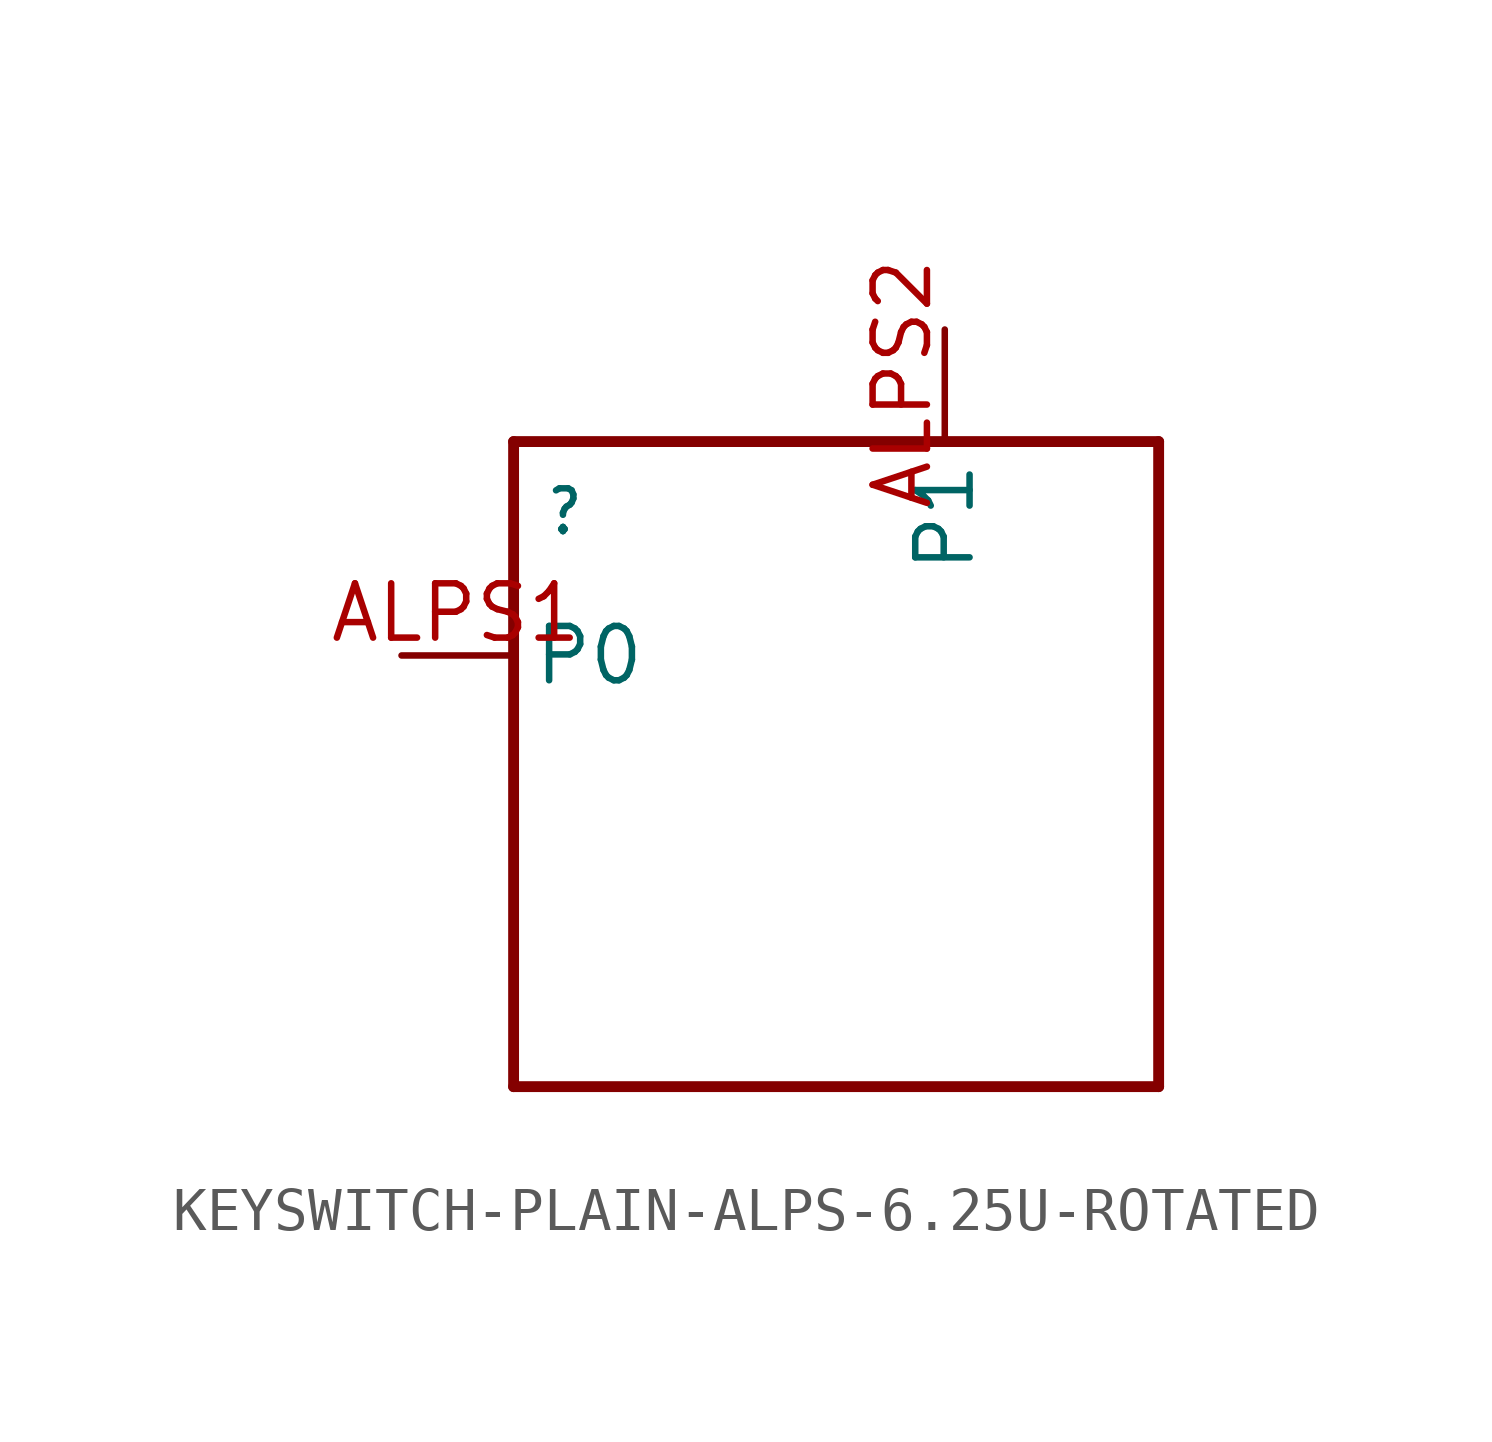
<source format=kicad_sym>
(kicad_symbol_lib
  (version 20211014)
  (generator kicad_symbol_editor)
  (symbol "KEYSWITCH-PLAIN-ALPS-6.25U-ROTATED"
    (property "Reference" ""
      (at -6.81 5.318 0)
      (effects (font (size 1 0.85)) (justify left bottom)))
    (property "ki_locked" ""
      (at 0 0 0)
      (effects (font (size 1.27 1.27))))
    (symbol "KEYSWITCH-PLAIN-ALPS-6.25U-ROTATED_1_0"
      (polyline (pts (xy -7.54 -7.54) (xy -7.54 7.54)) (stroke (width 0.254) (type default) (color 0 0 0 0)) (fill (type none)))
      (polyline (pts (xy -7.54 7.54) (xy 7.54 7.54)) (stroke (width 0.254) (type default) (color 0 0 0 0)) (fill (type none)))
      (polyline (pts (xy 7.54 -7.54) (xy -7.54 -7.54)) (stroke (width 0.254) (type default) (color 0 0 0 0)) (fill (type none)))
      (polyline (pts (xy 7.54 7.54) (xy 7.54 -7.54)) (stroke (width 0.254) (type default) (color 0 0 0 0)) (fill (type none)))
      (pin bidirectional line (at -10.16 2.54 0) (length 2.54) (name "P0" (effects (font (size 1.27 1.27)))) (number "ALPS1" (effects (font (size 1.27 1.27)))))
      (pin bidirectional line (at 2.54 10.16 270) (length 2.54) (name "P1" (effects (font (size 1.27 1.27)))) (number "ALPS2" (effects (font (size 1.27 1.27))))))))
</source>
